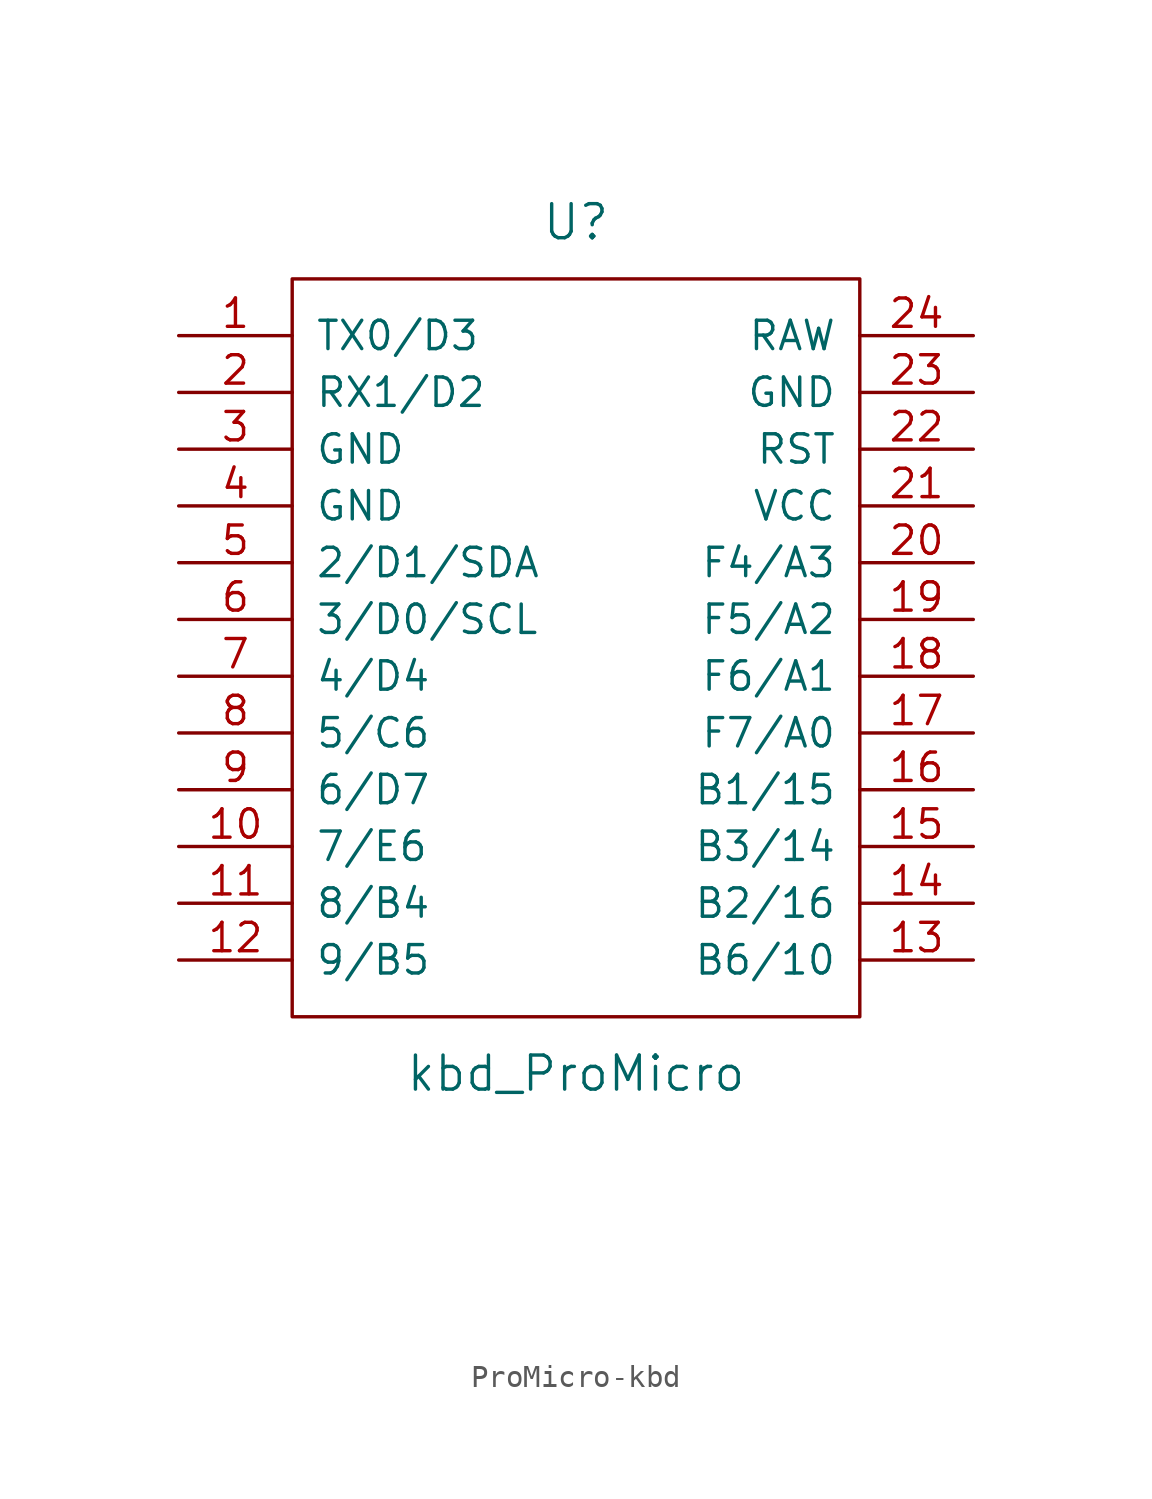
<source format=kicad_sym>
(kicad_symbol_lib
  (version 20220914)
  (generator kicad_symbol_editor)
  (symbol "ProMicro-kbd"
    (pin_names
      (offset 1.016))
    (property "Reference" "U"
      (at 0 19.05 0)
      (effects (font (size 1.524 1.524))))
    (property "Value" "kbd_ProMicro"
      (at 0 -19.05 0)
      (effects (font (size 1.524 1.524))))
    (property "Footprint" ""
      (at 2.54 -26.67 0)
      (effects (font (size 1.524 1.524))))
    (property "Datasheet" ""
      (at 2.54 -26.67 0)
      (effects (font (size 1.524 1.524))))
    (symbol "ProMicro-kbd_0_1"
      (rectangle (start -12.7 16.51) (end 12.7 -16.51) (stroke (width 0) (type solid)) (fill (type none))))
    (symbol "ProMicro-kbd_1_1"
      (pin bidirectional line (at -17.78 13.97 0) (length 5.08) (name "TX0/D3" (effects (font (size 1.27 1.27)))) (number "1" (effects (font (size 1.27 1.27)))))
      (pin bidirectional line (at -17.78 -8.89 0) (length 5.08) (name "7/E6" (effects (font (size 1.27 1.27)))) (number "10" (effects (font (size 1.27 1.27)))))
      (pin bidirectional line (at -17.78 -11.43 0) (length 5.08) (name "8/B4" (effects (font (size 1.27 1.27)))) (number "11" (effects (font (size 1.27 1.27)))))
      (pin bidirectional line (at -17.78 -13.97 0) (length 5.08) (name "9/B5" (effects (font (size 1.27 1.27)))) (number "12" (effects (font (size 1.27 1.27)))))
      (pin bidirectional line (at 17.78 -13.97 180) (length 5.08) (name "B6/10" (effects (font (size 1.27 1.27)))) (number "13" (effects (font (size 1.27 1.27)))))
      (pin bidirectional line (at 17.78 -11.43 180) (length 5.08) (name "B2/16" (effects (font (size 1.27 1.27)))) (number "14" (effects (font (size 1.27 1.27)))))
      (pin bidirectional line (at 17.78 -8.89 180) (length 5.08) (name "B3/14" (effects (font (size 1.27 1.27)))) (number "15" (effects (font (size 1.27 1.27)))))
      (pin bidirectional line (at 17.78 -6.35 180) (length 5.08) (name "B1/15" (effects (font (size 1.27 1.27)))) (number "16" (effects (font (size 1.27 1.27)))))
      (pin bidirectional line (at 17.78 -3.81 180) (length 5.08) (name "F7/A0" (effects (font (size 1.27 1.27)))) (number "17" (effects (font (size 1.27 1.27)))))
      (pin bidirectional line (at 17.78 -1.27 180) (length 5.08) (name "F6/A1" (effects (font (size 1.27 1.27)))) (number "18" (effects (font (size 1.27 1.27)))))
      (pin bidirectional line (at 17.78 1.27 180) (length 5.08) (name "F5/A2" (effects (font (size 1.27 1.27)))) (number "19" (effects (font (size 1.27 1.27)))))
      (pin bidirectional line (at -17.78 11.43 0) (length 5.08) (name "RX1/D2" (effects (font (size 1.27 1.27)))) (number "2" (effects (font (size 1.27 1.27)))))
      (pin bidirectional line (at 17.78 3.81 180) (length 5.08) (name "F4/A3" (effects (font (size 1.27 1.27)))) (number "20" (effects (font (size 1.27 1.27)))))
      (pin power_in line (at 17.78 6.35 180) (length 5.08) (name "VCC" (effects (font (size 1.27 1.27)))) (number "21" (effects (font (size 1.27 1.27)))))
      (pin input line (at 17.78 8.89 180) (length 5.08) (name "RST" (effects (font (size 1.27 1.27)))) (number "22" (effects (font (size 1.27 1.27)))))
      (pin power_in line (at 17.78 11.43 180) (length 5.08) (name "GND" (effects (font (size 1.27 1.27)))) (number "23" (effects (font (size 1.27 1.27)))))
      (pin power_out line (at 17.78 13.97 180) (length 5.08) (name "RAW" (effects (font (size 1.27 1.27)))) (number "24" (effects (font (size 1.27 1.27)))))
      (pin power_in line (at -17.78 8.89 0) (length 5.08) (name "GND" (effects (font (size 1.27 1.27)))) (number "3" (effects (font (size 1.27 1.27)))))
      (pin power_in line (at -17.78 6.35 0) (length 5.08) (name "GND" (effects (font (size 1.27 1.27)))) (number "4" (effects (font (size 1.27 1.27)))))
      (pin bidirectional line (at -17.78 3.81 0) (length 5.08) (name "2/D1/SDA" (effects (font (size 1.27 1.27)))) (number "5" (effects (font (size 1.27 1.27)))))
      (pin bidirectional line (at -17.78 1.27 0) (length 5.08) (name "3/D0/SCL" (effects (font (size 1.27 1.27)))) (number "6" (effects (font (size 1.27 1.27)))))
      (pin bidirectional line (at -17.78 -1.27 0) (length 5.08) (name "4/D4" (effects (font (size 1.27 1.27)))) (number "7" (effects (font (size 1.27 1.27)))))
      (pin bidirectional line (at -17.78 -3.81 0) (length 5.08) (name "5/C6" (effects (font (size 1.27 1.27)))) (number "8" (effects (font (size 1.27 1.27)))))
      (pin bidirectional line (at -17.78 -6.35 0) (length 5.08) (name "6/D7" (effects (font (size 1.27 1.27)))) (number "9" (effects (font (size 1.27 1.27))))))))
</source>
